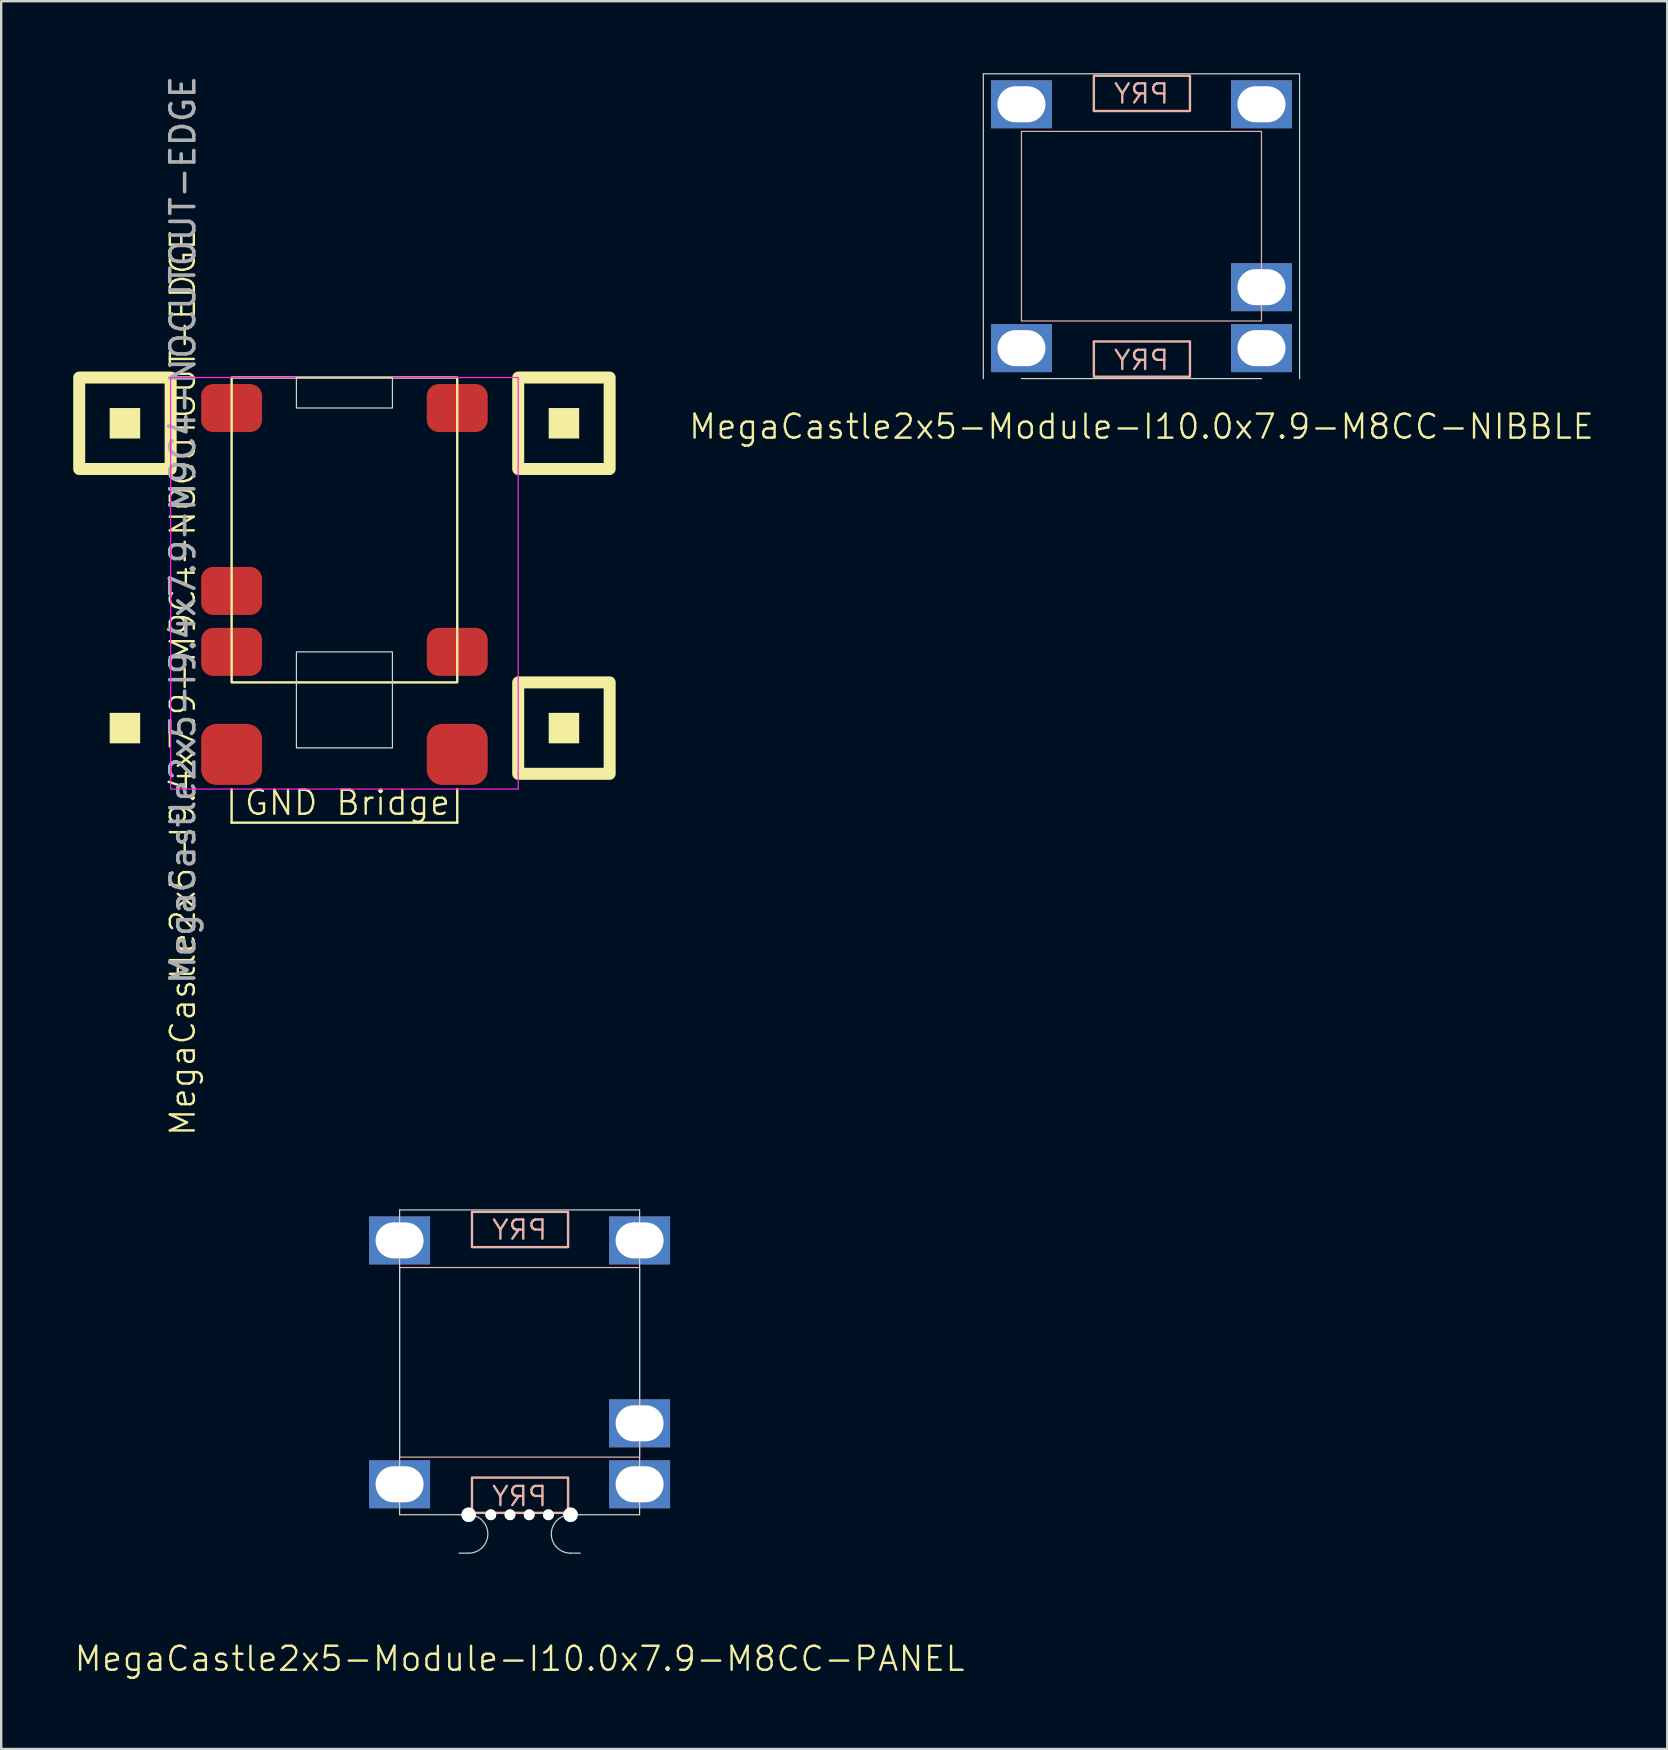
<source format=kicad_pcb>
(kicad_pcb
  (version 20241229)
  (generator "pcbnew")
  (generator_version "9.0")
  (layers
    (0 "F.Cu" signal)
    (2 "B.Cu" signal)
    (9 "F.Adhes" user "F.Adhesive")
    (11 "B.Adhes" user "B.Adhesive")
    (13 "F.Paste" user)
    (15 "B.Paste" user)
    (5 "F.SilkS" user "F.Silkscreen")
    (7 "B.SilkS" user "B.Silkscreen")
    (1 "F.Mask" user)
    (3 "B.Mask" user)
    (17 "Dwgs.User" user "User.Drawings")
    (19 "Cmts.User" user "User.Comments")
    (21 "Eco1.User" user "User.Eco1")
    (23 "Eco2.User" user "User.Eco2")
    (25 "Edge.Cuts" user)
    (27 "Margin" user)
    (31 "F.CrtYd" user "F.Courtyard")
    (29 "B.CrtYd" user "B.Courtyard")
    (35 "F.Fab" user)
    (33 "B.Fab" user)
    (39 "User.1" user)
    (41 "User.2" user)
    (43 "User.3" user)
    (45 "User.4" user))
  (footprint "MegaCastle2x5-Module-I10.0x7.9-M8CC-NIBBLE"
    (layer "F.Cu")
    (at 44.507 6.375)
    (property "Reference" "MegaCastle2x5-Module-I10.0x7.9-M8CC-NIBBLE" (at 0 8.35 0) (unlocked yes) (layer "F.SilkS") (effects (font (size 1 1) (thickness 0.1))))
    (attr smd)
    (fp_rect (start -5 3.95) (end 5 -3.95) (stroke (width 0.05) (type default)) (fill no) (layer "B.SilkS"))
    (fp_rect (start -1.984 -4.801) (end 2.02 -6.27) (stroke (width 0.1) (type default)) (fill no) (layer "B.SilkS"))
    (fp_rect (start -1.984 4.801) (end 2.02 6.27) (stroke (width 0.1) (type default)) (fill no) (layer "B.SilkS"))
    (fp_line (start -6.588 -6.35) (end -6.588 6.35) (stroke (width 0.05) (type default)) (layer "Edge.Cuts"))
    (fp_line (start -6.588 -6.35) (end 6.588 -6.35) (stroke (width 0.05) (type default)) (layer "Edge.Cuts"))
    (fp_line (start -5 6.35) (end 5 6.35) (stroke (width 0.05) (type default)) (layer "Edge.Cuts"))
    (fp_line (start 6.588 -6.35) (end 6.588 6.35) (stroke (width 0.05) (type default)) (layer "Edge.Cuts"))
    (fp_text user "PRY" (at 0 6.05 0) (unlocked yes) (layer "B.SilkS") (effects (font (size 0.8 0.8) (thickness 0.1)) (justify bottom mirror)))
    (fp_text user "PRY" (at 0 -5.05 0) (unlocked yes) (layer "B.SilkS") (effects (font (size 0.8 0.8) (thickness 0.1)) (justify bottom mirror)))
    (pad "1" thru_hole rect (at -5 -5.08) (size 2.54 2) (drill oval 2 1.5) (property pad_prop_castellated) (layers "*.Cu" "*.Mask"))
    (pad "5" thru_hole rect (at -5 5.08) (size 2.54 2) (drill oval 2 1.5) (property pad_prop_castellated) (layers "*.Cu" "*.Mask"))
    (pad "6" thru_hole rect (at 5 -5.08) (size 2.54 2) (drill oval 2 1.5) (property pad_prop_castellated) (layers "*.Cu" "*.Mask"))
    (pad "9" thru_hole rect (at 5 2.54) (size 2.54 2) (drill oval 2 1.5) (property pad_prop_castellated) (layers "*.Cu" "*.Mask"))
    (pad "10" thru_hole rect (at 5 5.08) (size 2.54 2) (drill oval 2 1.5) (property pad_prop_castellated) (layers "*.Cu" "*.Mask"))
    (zone (net_name "") (layer "B.Cu") (hatch edge 0.5) (connect_pads) (min_thickness 0.25) (filled_areas_thickness no) (keepout (tracks allowed) (vias allowed) (pads allowed) (copperpour allowed) (footprints not_allowed)) (placement (enabled no)) (fill) (polygon (pts (xy 39.507 12.725) (xy 39.507 0.025))))
    (zone (net_name "") (layer "B.Cu") (hatch edge 0.5) (connect_pads) (min_thickness 0.25) (filled_areas_thickness no) (keepout (tracks allowed) (vias allowed) (pads allowed) (copperpour allowed) (footprints not_allowed)) (placement (enabled no)) (fill) (polygon (pts (xy 49.507 12.725) (xy 49.507 0.025))))
    (zone (net_name "") (layer "B.Cu") (hatch edge 0.5) (connect_pads) (min_thickness 0.25) (filled_areas_thickness no) (keepout (tracks allowed) (vias allowed) (pads allowed) (copperpour allowed) (footprints not_allowed)) (placement (enabled no)) (fill) (polygon (pts (xy 39.507 0.025) (xy 39.507 2.425) (xy 49.507 2.425) (xy 49.507 0.025))))
    (zone (net_name "") (layer "B.Cu") (hatch edge 0.5) (connect_pads) (min_thickness 0.25) (filled_areas_thickness no) (keepout (tracks allowed) (vias allowed) (pads allowed) (copperpour allowed) (footprints not_allowed)) (placement (enabled no)) (fill) (polygon (pts (xy 39.507 12.725) (xy 39.507 10.325) (xy 49.507 10.325) (xy 49.507 12.725))))
    (zone (net_name "") (layer "B.Cu") (name "Upper Pry Zone") (hatch edge 0.5) (connect_pads) (min_thickness 0.25) (filled_areas_thickness no) (keepout (tracks not_allowed) (vias not_allowed) (pads not_allowed) (copperpour allowed) (footprints not_allowed)) (placement (enabled no)) (fill) (polygon (pts (xy 42.523 1.574) (xy 42.523 0.105) (xy 46.527 0.105) (xy 46.527 1.574))))
    (zone (net_name "") (layer "B.Cu") (name "Upper Pry Zone") (hatch edge 0.5) (connect_pads) (min_thickness 0.25) (filled_areas_thickness no) (keepout (tracks not_allowed) (vias not_allowed) (pads not_allowed) (copperpour allowed) (footprints not_allowed)) (placement (enabled no)) (fill) (polygon (pts (xy 42.523 11.176) (xy 42.523 12.645) (xy 46.527 12.645) (xy 46.527 11.176)))))
  (footprint "MegaCastle2x5-I9.4x7.9-M9C4-NOCUTOUT-EDGE"
    (layer "F.Cu")
    (at 11.3 19.03)
    (property "Reference" "MegaCastle2x5-I9.4x7.9-M9C4-NOCUTOUT-EDGE" (at -6.732 6.35 90) (unlocked yes) (layer "F.SilkS") (effects (font (size 1 1) (thickness 0.1))))
    (attr smd)
    (fp_line (start -4.7 10.795) (end -4.7 12.195) (stroke (width 0.1) (type default)) (layer "F.SilkS"))
    (fp_line (start -4.7 12.195) (end 4.7 12.195) (stroke (width 0.1) (type default)) (layer "F.SilkS"))
    (fp_line (start 4.7 10.795) (end 4.7 12.195) (stroke (width 0.1) (type default)) (layer "F.SilkS"))
    (fp_rect (start -8.51 -3.81) (end -9.78 -5.08) (stroke (width 0) (type solid)) (fill yes) (layer "F.SilkS"))
    (fp_rect (start -8.51 8.89) (end -9.78 7.62) (stroke (width 0) (type solid)) (fill yes) (layer "F.SilkS"))
    (fp_rect (start -7.24 -2.54) (end -11.05 -6.35) (stroke (width 0.5) (type default)) (fill no) (layer "F.SilkS"))
    (fp_rect (start -4.7 -6.35) (end 4.7 6.35) (stroke (width 0.1) (type default)) (fill no) (layer "F.SilkS"))
    (fp_rect (start 9.78 -3.81) (end 8.51 -5.08) (stroke (width 0) (type solid)) (fill yes) (layer "F.SilkS"))
    (fp_rect (start 9.78 8.89) (end 8.51 7.62) (stroke (width 0) (type solid)) (fill yes) (layer "F.SilkS"))
    (fp_rect (start 11.05 -2.54) (end 7.24 -6.35) (stroke (width 0.5) (type default)) (fill no) (layer "F.SilkS"))
    (fp_rect (start 11.05 10.16) (end 7.24 6.35) (stroke (width 0.5) (type default)) (fill no) (layer "F.SilkS"))
    (fp_rect (start -2 -5.08) (end 2 -6.35) (stroke (width 0.05) (type default)) (fill no) (layer "Edge.Cuts"))
    (fp_rect (start -2 5.08) (end 2 9.08) (stroke (width 0.05) (type default)) (fill no) (layer "Edge.Cuts"))
    (fp_line (start -7.24 -6.35) (end -7.24 10.795) (stroke (width 0.05) (type default)) (layer "F.CrtYd"))
    (fp_line (start -7.24 10.795) (end 7.24 10.795) (stroke (width 0.05) (type default)) (layer "F.CrtYd"))
    (fp_line (start 7.24 -6.35) (end -7.24 -6.35) (stroke (width 0.05) (type default)) (layer "F.CrtYd"))
    (fp_line (start 7.24 -6.35) (end 7.24 10.795) (stroke (width 0.05) (type default)) (layer "F.CrtYd"))
    (fp_text user "GND Bridge" (at -4.226 11.95 0) (unlocked yes) (layer "F.SilkS") (effects (font (size 1 1) (thickness 0.1)) (justify left bottom)))
    (fp_text user "${REFERENCE}" (at -6.732 0 90) (unlocked yes) (layer "F.Fab") (effects (font (size 1 1) (thickness 0.15))))
    (pad "1" smd roundrect (at -4.7 -5.08) (size 2.54 2) (layers "F.Cu" "F.Mask" "F.Paste") (roundrect_rratio 0.25))
    (pad "4" smd roundrect (at -4.7 2.54) (size 2.54 2) (layers "F.Cu" "F.Mask" "F.Paste") (roundrect_rratio 0.25))
    (pad "5" smd roundrect (at -4.7 5.08) (size 2.54 2) (layers "F.Cu" "F.Mask" "F.Paste") (roundrect_rratio 0.25))
    (pad "6" smd roundrect (at 4.7 -5.08) (size 2.54 2) (layers "F.Cu" "F.Mask" "F.Paste") (roundrect_rratio 0.25))
    (pad "10" smd roundrect (at 4.7 5.08) (size 2.54 2) (layers "F.Cu" "F.Mask" "F.Paste") (roundrect_rratio 0.25))
    (pad "B1" smd roundrect (at -4.7 9.35) (size 2.54 2.54) (layers "F.Cu" "F.Mask" "F.Paste") (roundrect_rratio 0.25))
    (pad "B2" smd roundrect (at 4.7 9.35) (size 2.54 2.54) (layers "F.Cu" "F.Mask" "F.Paste") (roundrect_rratio 0.25)))
  (footprint "MegaCastle2x5-Module-I10.0x7.9-M8CC-PANEL"
    (layer "F.Cu")
    (at 18.598 53.71)
    (property "Reference" "MegaCastle2x5-Module-I10.0x7.9-M8CC-PANEL" (at 0 12.35 0) (unlocked yes) (layer "F.SilkS") (effects (font (size 1 1) (thickness 0.1))))
    (attr smd)
    (fp_rect (start -5 3.95) (end 5 -3.95) (stroke (width 0.05) (type default)) (fill no) (layer "B.SilkS"))
    (fp_rect (start -1.984 -4.801) (end 2.02 -6.27) (stroke (width 0.1) (type default)) (fill no) (layer "B.SilkS"))
    (fp_rect (start -1.984 4.801) (end 2.02 6.27) (stroke (width 0.1) (type default)) (fill no) (layer "B.SilkS"))
    (fp_line (start -5 -6.35) (end -5 6.35) (stroke (width 0.05) (type default)) (layer "Edge.Cuts"))
    (fp_line (start -5 -6.35) (end 5 -6.35) (stroke (width 0.05) (type default)) (layer "Edge.Cuts"))
    (fp_line (start -5 6.35) (end -2.522 6.35) (stroke (width 0.05) (type default)) (layer "Edge.Cuts"))
    (fp_line (start -2.522 6.35) (end -2.123 6.35) (stroke (width 0.05) (type default)) (layer "Edge.Cuts"))
    (fp_line (start -2.522 7.95) (end -2.123 7.95) (stroke (width 0.05) (type default)) (layer "Edge.Cuts"))
    (fp_line (start 2.522 6.35) (end 2.123 6.35) (stroke (width 0.05) (type default)) (layer "Edge.Cuts"))
    (fp_line (start 2.522 6.35) (end 5 6.35) (stroke (width 0.05) (type default)) (layer "Edge.Cuts"))
    (fp_line (start 2.522 7.95) (end 2.123 7.95) (stroke (width 0.05) (type default)) (layer "Edge.Cuts"))
    (fp_line (start 5 -6.35) (end 5 6.35) (stroke (width 0.05) (type default)) (layer "Edge.Cuts"))
    (fp_arc (start -2.1225 6.35) (mid -1.3225 7.15) (end -2.1225 7.95) (stroke (width 0.05) (type default)) (layer "Edge.Cuts"))
    (fp_arc (start 2.1225 7.95) (mid 1.3225 7.15) (end 2.1225 6.35) (stroke (width 0.05) (type default)) (layer "Edge.Cuts"))
    (fp_text user "PRY" (at 0 -5.05 0) (unlocked yes) (layer "B.SilkS") (effects (font (size 0.8 0.8) (thickness 0.1)) (justify bottom mirror)))
    (fp_text user "PRY" (at 0 6.05 0) (unlocked yes) (layer "B.SilkS") (effects (font (size 0.8 0.8) (thickness 0.1)) (justify bottom mirror)))
    (pad "" np_thru_hole circle (at -2.123 6.35) (size 0.6 0.6) (drill 0.6) (layers "*.Cu" "Edge.Cuts"))
    (pad "" np_thru_hole circle (at -1.2 6.35) (size 0.45 0.45) (drill 0.45) (layers "*.Cu" "Edge.Cuts"))
    (pad "" np_thru_hole circle (at -0.4 6.35) (size 0.45 0.45) (drill 0.45) (layers "*.Cu" "Edge.Cuts"))
    (pad "" np_thru_hole circle (at 0.4 6.35) (size 0.45 0.45) (drill 0.45) (layers "*.Cu" "Edge.Cuts"))
    (pad "" np_thru_hole circle (at 1.2 6.35) (size 0.45 0.45) (drill 0.45) (layers "*.Cu" "Edge.Cuts"))
    (pad "" np_thru_hole circle (at 2.123 6.35) (size 0.6 0.6) (drill 0.6) (layers "*.Cu" "Edge.Cuts"))
    (pad "1" thru_hole rect (at -5 -5.08) (size 2.54 2) (drill oval 2 1.5) (property pad_prop_castellated) (layers "*.Cu" "*.Mask"))
    (pad "5" thru_hole rect (at -5 5.08) (size 2.54 2) (drill oval 2 1.5) (property pad_prop_castellated) (layers "*.Cu" "*.Mask"))
    (pad "6" thru_hole rect (at 5 -5.08) (size 2.54 2) (drill oval 2 1.5) (property pad_prop_castellated) (layers "*.Cu" "*.Mask"))
    (pad "9" thru_hole rect (at 5 2.54) (size 2.54 2) (drill oval 2 1.5) (property pad_prop_castellated) (layers "*.Cu" "*.Mask"))
    (pad "10" thru_hole rect (at 5 5.08) (size 2.54 2) (drill oval 2 1.5) (property pad_prop_castellated) (layers "*.Cu" "*.Mask"))
    (zone (net_name "") (layer "B.Cu") (hatch edge 0.5) (connect_pads) (min_thickness 0.25) (filled_areas_thickness no) (keepout (tracks allowed) (vias allowed) (pads allowed) (copperpour allowed) (footprints not_allowed)) (placement (enabled no)) (fill) (polygon (pts (xy 13.598 60.06) (xy 13.598 47.36))))
    (zone (net_name "") (layer "B.Cu") (hatch edge 0.5) (connect_pads) (min_thickness 0.25) (filled_areas_thickness no) (keepout (tracks allowed) (vias allowed) (pads allowed) (copperpour allowed) (footprints not_allowed)) (placement (enabled no)) (fill) (polygon (pts (xy 23.598 60.06) (xy 23.598 47.36))))
    (zone (net_name "") (layer "B.Cu") (hatch edge 0.5) (connect_pads) (min_thickness 0.25) (filled_areas_thickness no) (keepout (tracks allowed) (vias allowed) (pads allowed) (copperpour allowed) (footprints not_allowed)) (placement (enabled no)) (fill) (polygon (pts (xy 13.598 47.36) (xy 13.598 49.76) (xy 23.598 49.76) (xy 23.598 47.36))))
    (zone (net_name "") (layer "B.Cu") (hatch edge 0.5) (connect_pads) (min_thickness 0.25) (filled_areas_thickness no) (keepout (tracks allowed) (vias allowed) (pads allowed) (copperpour allowed) (footprints not_allowed)) (placement (enabled no)) (fill) (polygon (pts (xy 13.598 60.06) (xy 13.598 57.66) (xy 23.598 57.66) (xy 23.598 60.06))))
    (zone (net_name "") (layer "B.Cu") (name "Upper Pry Zone") (hatch edge 0.5) (connect_pads) (min_thickness 0.25) (filled_areas_thickness no) (keepout (tracks not_allowed) (vias not_allowed) (pads not_allowed) (copperpour allowed) (footprints not_allowed)) (placement (enabled no)) (fill) (polygon (pts (xy 16.613 48.908) (xy 16.613 47.44) (xy 20.617 47.44) (xy 20.617 48.908))))
    (zone (net_name "") (layer "B.Cu") (name "Upper Pry Zone") (hatch edge 0.5) (connect_pads) (min_thickness 0.25) (filled_areas_thickness no) (keepout (tracks not_allowed) (vias not_allowed) (pads not_allowed) (copperpour allowed) (footprints not_allowed)) (placement (enabled no)) (fill) (polygon (pts (xy 16.613 58.511) (xy 16.613 59.98) (xy 20.617 59.98) (xy 20.617 58.511)))))
  (gr_rect
    (start -3 -3)
    (end 66.414 69.82)
    (stroke (width 0.1) (type default))
    (fill no)
    (layer "Edge.Cuts")))
</source>
